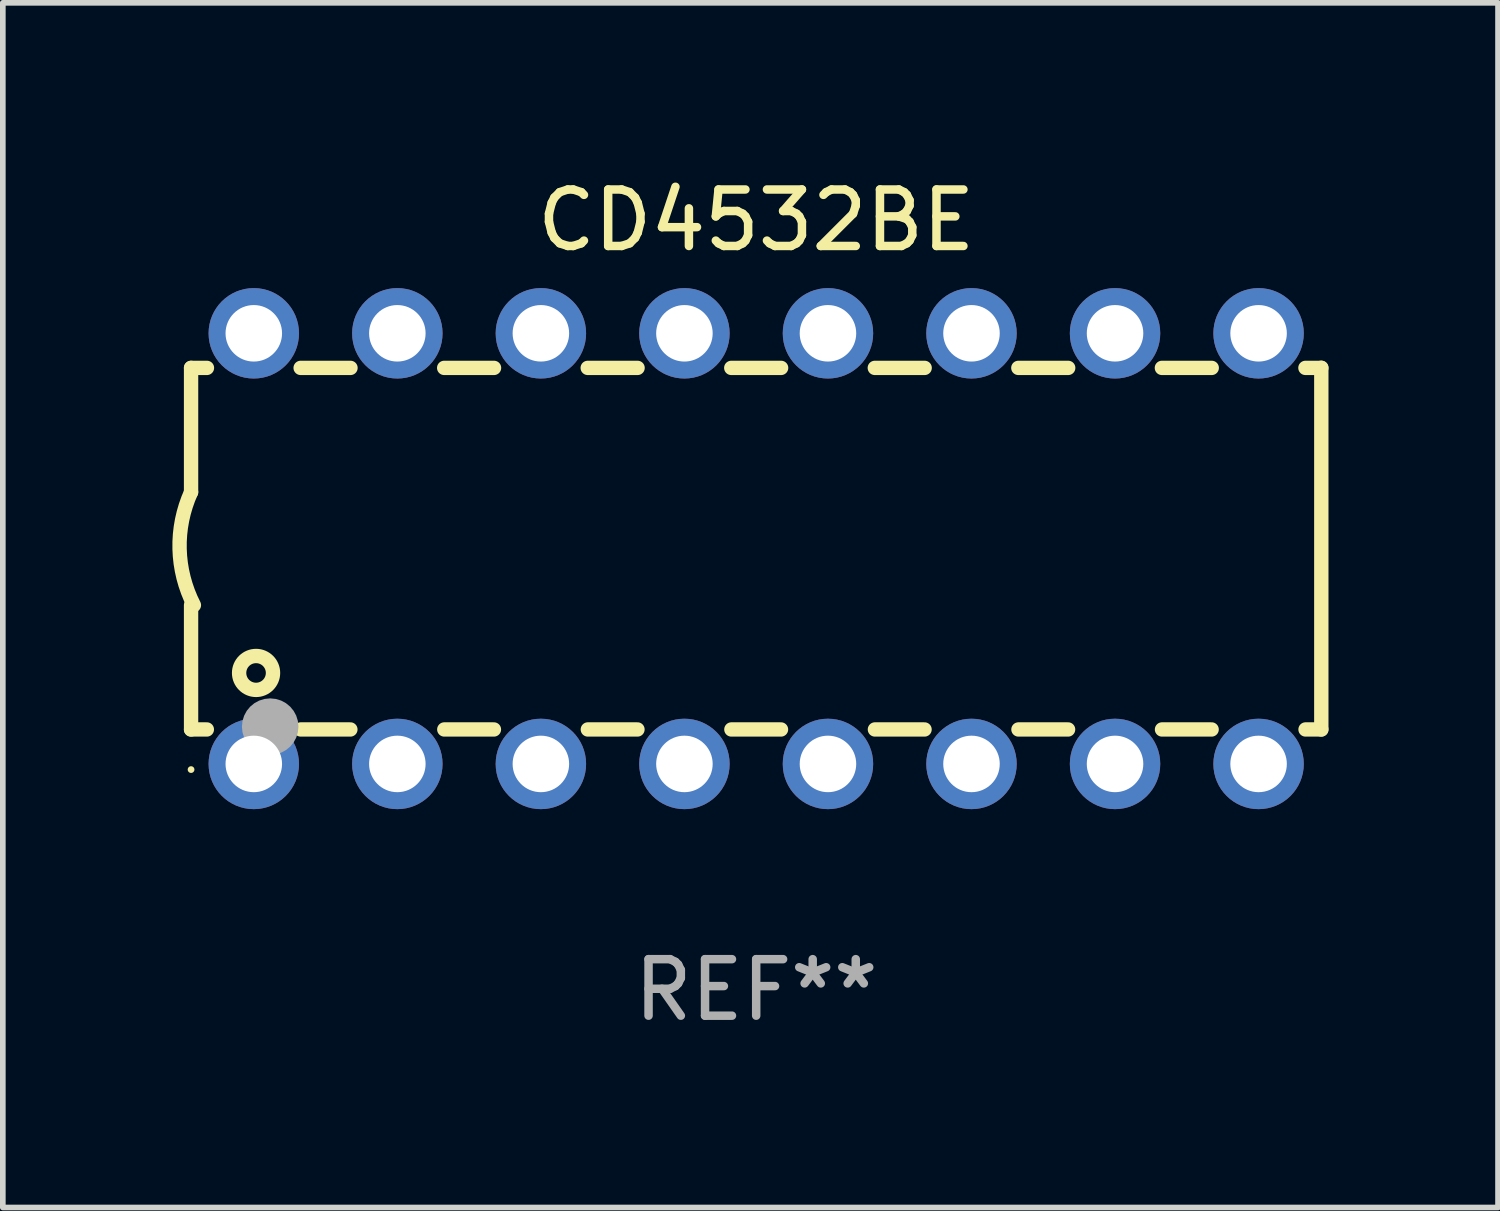
<source format=kicad_pcb>
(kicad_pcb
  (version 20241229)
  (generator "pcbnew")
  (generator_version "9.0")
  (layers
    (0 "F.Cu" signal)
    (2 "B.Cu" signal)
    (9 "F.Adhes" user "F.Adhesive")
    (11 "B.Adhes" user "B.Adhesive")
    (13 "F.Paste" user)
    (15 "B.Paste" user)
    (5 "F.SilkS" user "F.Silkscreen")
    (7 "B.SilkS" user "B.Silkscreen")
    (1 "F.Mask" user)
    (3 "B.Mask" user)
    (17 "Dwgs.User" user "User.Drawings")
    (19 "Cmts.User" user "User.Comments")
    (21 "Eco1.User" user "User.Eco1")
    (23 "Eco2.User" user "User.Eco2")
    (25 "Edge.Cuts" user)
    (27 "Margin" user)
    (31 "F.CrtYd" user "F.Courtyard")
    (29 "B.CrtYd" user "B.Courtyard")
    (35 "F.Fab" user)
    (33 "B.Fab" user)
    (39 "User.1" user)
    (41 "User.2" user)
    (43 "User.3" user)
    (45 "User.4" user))
  (footprint "CD4532BE"
    (layer "F.Cu")
    (at 10.331 6.658)
    (property "Reference" "CD4532BE" (at 0 -5.81 0) (layer "F.SilkS") (effects (font (size 1 1) (thickness 0.15))))
    (attr through_hole)
    (fp_line (start -10 -3.198) (end -9.719 -3.198) (stroke (width 0.254) (type solid)) (layer "F.SilkS"))
    (fp_line (start -10 -0.998) (end -10 -3.198) (stroke (width 0.254) (type solid)) (layer "F.SilkS"))
    (fp_line (start -10 3.2) (end -10 1) (stroke (width 0.254) (type solid)) (layer "F.SilkS"))
    (fp_line (start -10 3.2) (end -9.721 3.2) (stroke (width 0.254) (type solid)) (layer "F.SilkS"))
    (fp_line (start -8.061 -3.198) (end -7.179 -3.198) (stroke (width 0.254) (type solid)) (layer "F.SilkS"))
    (fp_line (start -8.059 3.2) (end -7.181 3.2) (stroke (width 0.254) (type solid)) (layer "F.SilkS"))
    (fp_line (start -5.521 -3.198) (end -4.639 -3.198) (stroke (width 0.254) (type solid)) (layer "F.SilkS"))
    (fp_line (start -5.519 3.2) (end -4.641 3.2) (stroke (width 0.254) (type solid)) (layer "F.SilkS"))
    (fp_line (start -2.981 -3.198) (end -2.099 -3.198) (stroke (width 0.254) (type solid)) (layer "F.SilkS"))
    (fp_line (start -2.979 3.2) (end -2.101 3.2) (stroke (width 0.254) (type solid)) (layer "F.SilkS"))
    (fp_line (start -0.441 -3.198) (end 0.441 -3.198) (stroke (width 0.254) (type solid)) (layer "F.SilkS"))
    (fp_line (start -0.439 3.2) (end 0.439 3.2) (stroke (width 0.254) (type solid)) (layer "F.SilkS"))
    (fp_line (start 2.099 -3.198) (end 2.981 -3.198) (stroke (width 0.254) (type solid)) (layer "F.SilkS"))
    (fp_line (start 2.101 3.2) (end 2.979 3.2) (stroke (width 0.254) (type solid)) (layer "F.SilkS"))
    (fp_line (start 4.639 -3.198) (end 5.521 -3.198) (stroke (width 0.254) (type solid)) (layer "F.SilkS"))
    (fp_line (start 4.641 3.2) (end 5.519 3.2) (stroke (width 0.254) (type solid)) (layer "F.SilkS"))
    (fp_line (start 7.179 -3.198) (end 8.061 -3.198) (stroke (width 0.254) (type solid)) (layer "F.SilkS"))
    (fp_line (start 7.181 3.2) (end 8.059 3.2) (stroke (width 0.254) (type solid)) (layer "F.SilkS"))
    (fp_line (start 9.719 -3.198) (end 10 -3.198) (stroke (width 0.254) (type solid)) (layer "F.SilkS"))
    (fp_line (start 9.721 3.2) (end 10 3.2) (stroke (width 0.254) (type solid)) (layer "F.SilkS"))
    (fp_line (start 10 3.2) (end 10 -3.2) (stroke (width 0.254) (type solid)) (layer "F.SilkS"))
    (fp_arc (start -9.949962 1) (mid -10.203153 0.005709) (end -10 -1) (stroke (width 0.254001) (type solid)) (layer "F.SilkS"))
    (fp_circle (center -10 3.91) (end -9.97 3.91) (stroke (width 0.06) (type solid)) (fill no) (layer "F.SilkS"))
    (fp_circle (center -8.85 2.2) (end -8.55 2.2) (stroke (width 0.254) (type solid)) (fill no) (layer "F.SilkS"))
    (fp_circle (center -8.6 3.15) (end -8.35 3.15) (stroke (width 0.5) (type solid)) (fill no) (layer "F.Fab"))
    (fp_text user "REF**" (at 0 7.81 0) (layer "F.Fab") (effects (font (size 1 1) (thickness 0.15))))
    (pad "1" thru_hole circle (at -8.89 3.81) (size 1.6 1.6) (drill 1) (layers "*.Cu" "*.Mask"))
    (pad "2" thru_hole circle (at -6.35 3.81) (size 1.6 1.6) (drill 1) (layers "*.Cu" "*.Mask"))
    (pad "3" thru_hole circle (at -3.81 3.81) (size 1.6 1.6) (drill 1) (layers "*.Cu" "*.Mask"))
    (pad "4" thru_hole circle (at -1.27 3.81) (size 1.6 1.6) (drill 1) (layers "*.Cu" "*.Mask"))
    (pad "5" thru_hole circle (at 1.27 3.81) (size 1.6 1.6) (drill 1) (layers "*.Cu" "*.Mask"))
    (pad "6" thru_hole circle (at 3.81 3.81) (size 1.6 1.6) (drill 1) (layers "*.Cu" "*.Mask"))
    (pad "7" thru_hole circle (at 6.35 3.81) (size 1.6 1.6) (drill 1) (layers "*.Cu" "*.Mask"))
    (pad "8" thru_hole circle (at 8.89 3.81) (size 1.6 1.6) (drill 1) (layers "*.Cu" "*.Mask"))
    (pad "9" thru_hole circle (at 8.89 -3.81) (size 1.6 1.6) (drill 1) (layers "*.Cu" "*.Mask"))
    (pad "10" thru_hole circle (at 6.35 -3.81) (size 1.6 1.6) (drill 1) (layers "*.Cu" "*.Mask"))
    (pad "11" thru_hole circle (at 3.81 -3.81) (size 1.6 1.6) (drill 1) (layers "*.Cu" "*.Mask"))
    (pad "12" thru_hole circle (at 1.27 -3.81) (size 1.6 1.6) (drill 1) (layers "*.Cu" "*.Mask"))
    (pad "13" thru_hole circle (at -1.27 -3.81) (size 1.6 1.6) (drill 1) (layers "*.Cu" "*.Mask"))
    (pad "14" thru_hole circle (at -3.81 -3.81) (size 1.6 1.6) (drill 1) (layers "*.Cu" "*.Mask"))
    (pad "15" thru_hole circle (at -6.35 -3.81) (size 1.6 1.6) (drill 1) (layers "*.Cu" "*.Mask"))
    (pad "16" thru_hole circle (at -8.89 -3.81) (size 1.6 1.6) (drill 1) (layers "*.Cu" "*.Mask")))
  (gr_rect
    (start -3 -3)
    (end 23.458 18.317)
    (stroke (width 0.1) (type default))
    (fill no)
    (layer "Edge.Cuts")))
</source>
